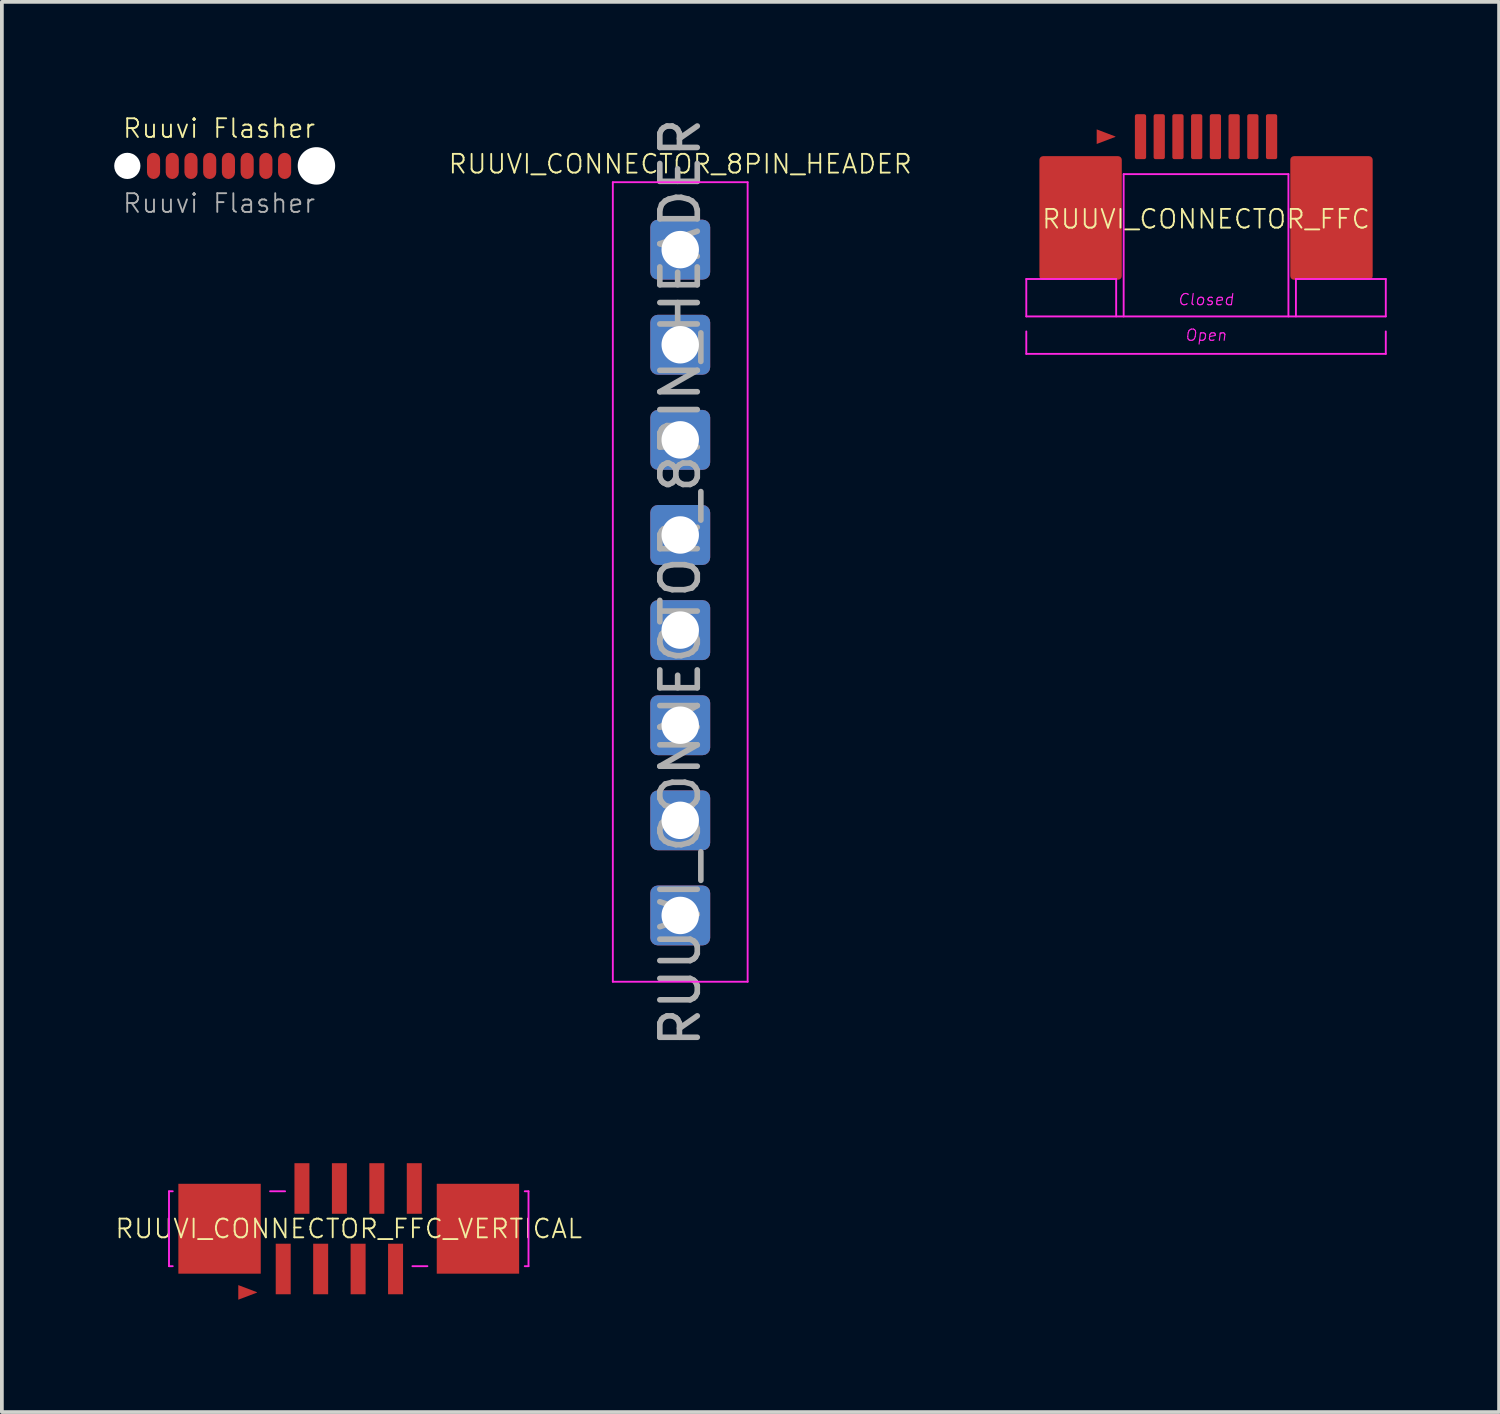
<source format=kicad_pcb>
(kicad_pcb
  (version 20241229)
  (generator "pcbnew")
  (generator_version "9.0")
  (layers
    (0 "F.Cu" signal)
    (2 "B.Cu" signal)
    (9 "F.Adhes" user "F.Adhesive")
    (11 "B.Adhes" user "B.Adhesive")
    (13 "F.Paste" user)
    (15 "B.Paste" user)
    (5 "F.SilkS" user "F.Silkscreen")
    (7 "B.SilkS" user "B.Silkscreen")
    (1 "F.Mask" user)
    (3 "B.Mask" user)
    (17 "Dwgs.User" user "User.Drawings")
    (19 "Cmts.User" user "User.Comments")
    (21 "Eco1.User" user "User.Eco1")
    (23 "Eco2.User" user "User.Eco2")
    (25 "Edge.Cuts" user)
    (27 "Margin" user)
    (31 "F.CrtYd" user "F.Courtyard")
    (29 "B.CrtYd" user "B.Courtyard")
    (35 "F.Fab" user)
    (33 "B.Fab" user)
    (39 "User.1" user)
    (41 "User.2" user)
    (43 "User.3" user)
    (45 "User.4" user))
  (footprint "RUUVI_CONNECTOR_FFC"
    (layer "F.Cu")
    (at 29.156 2.8)
    (property "Reference" "RUUVI_CONNECTOR_FFC" (at 0 0 0) (layer "F.SilkS") (effects (font (size 0.5 0.5) (thickness 0.05))))
    (attr through_hole)
    (fp_line (start -4.8 1.6) (end -4.8 2.6) (stroke (width 0.05) (type solid)) (layer "F.CrtYd"))
    (fp_line (start -4.8 1.6) (end -2.4 1.6) (stroke (width 0.05) (type solid)) (layer "F.CrtYd"))
    (fp_line (start -4.8 2.6) (end 4.8 2.6) (stroke (width 0.05) (type solid)) (layer "F.CrtYd"))
    (fp_line (start -4.8 3.6) (end -4.8 3) (stroke (width 0.05) (type solid)) (layer "F.CrtYd"))
    (fp_line (start -2.4 1.6) (end -2.4 2.6) (stroke (width 0.05) (type solid)) (layer "F.CrtYd"))
    (fp_line (start -2.2 -1.2) (end 2.2 -1.2) (stroke (width 0.05) (type solid)) (layer "F.CrtYd"))
    (fp_line (start -2.2 2.6) (end -2.2 -1.2) (stroke (width 0.05) (type solid)) (layer "F.CrtYd"))
    (fp_line (start 2.2 -1.2) (end 2.2 2.6) (stroke (width 0.05) (type solid)) (layer "F.CrtYd"))
    (fp_line (start 2.4 1.6) (end 2.4 2.6) (stroke (width 0.05) (type solid)) (layer "F.CrtYd"))
    (fp_line (start 2.4 1.6) (end 4.8 1.6) (stroke (width 0.05) (type solid)) (layer "F.CrtYd"))
    (fp_line (start 4.8 2.6) (end 4.8 1.6) (stroke (width 0.05) (type solid)) (layer "F.CrtYd"))
    (fp_line (start 4.8 3.6) (end -4.8 3.6) (stroke (width 0.05) (type solid)) (layer "F.CrtYd"))
    (fp_line (start 4.8 3.6) (end 4.8 3) (stroke (width 0.05) (type solid)) (layer "F.CrtYd"))
    (fp_text user "Closed" (at 0 2.15 0) (layer "F.CrtYd") (effects (font (size 0.3 0.3) (thickness 0.03) (italic yes))))
    (fp_text user "Open" (at 0 3.1 0) (layer "F.CrtYd") (effects (font (size 0.3 0.3) (thickness 0.03) (italic yes))))
    (pad "1" smd roundrect (at -1.75 -2.2) (size 0.3 1.2) (layers "F.Cu" "F.Mask" "F.Paste") (roundrect_rratio 0.167))
    (pad "2" smd roundrect (at -1.25 -2.2) (size 0.3 1.2) (layers "F.Cu" "F.Mask" "F.Paste") (roundrect_rratio 0.167))
    (pad "3" smd roundrect (at -0.75 -2.2) (size 0.3 1.2) (layers "F.Cu" "F.Mask" "F.Paste") (roundrect_rratio 0.167))
    (pad "4" smd roundrect (at -0.25 -2.2) (size 0.3 1.2) (layers "F.Cu" "F.Mask" "F.Paste") (roundrect_rratio 0.167))
    (pad "5" smd roundrect (at 0.25 -2.2) (size 0.3 1.2) (layers "F.Cu" "F.Mask" "F.Paste") (roundrect_rratio 0.167))
    (pad "6" smd roundrect (at 0.75 -2.2) (size 0.3 1.2) (layers "F.Cu" "F.Mask" "F.Paste") (roundrect_rratio 0.167))
    (pad "7" smd roundrect (at 1.25 -2.2) (size 0.3 1.2) (layers "F.Cu" "F.Mask" "F.Paste") (roundrect_rratio 0.167))
    (pad "8" smd roundrect (at 1.75 -2.2) (size 0.3 1.2) (layers "F.Cu" "F.Mask" "F.Paste") (roundrect_rratio 0.167))
    (pad "~" smd roundrect (at -3.35 -0.03) (size 2.2 3.3) (layers "F.Cu" "F.Mask" "F.Paste") (roundrect_rratio 0.045))
    (pad "~" smd trapezoid (at -2.67 -2.2) (size 0.5 0.2) (rect_delta 0.19 0) (layers "F.Cu" "F.Mask"))
    (pad "~" smd roundrect (at 3.35 -0.03) (size 2.2 3.3) (layers "F.Cu" "F.Mask" "F.Paste") (roundrect_rratio 0.045)))
  (footprint "RUUVI_CONNECTOR_FFC_VERTICAL"
    (layer "F.Cu")
    (at 6.263 29.762)
    (property "Reference" "RUUVI_CONNECTOR_FFC_VERTICAL" (at 0 0 0) (layer "F.SilkS") (effects (font (size 0.5 0.5) (thickness 0.05))))
    (attr through_hole)
    (fp_line (start -4.8 -1) (end -4.8 1) (stroke (width 0.05) (type solid)) (layer "F.CrtYd"))
    (fp_line (start -4.8 -1) (end -4.7 -1) (stroke (width 0.05) (type solid)) (layer "F.CrtYd"))
    (fp_line (start -4.8 1) (end -4.7 1) (stroke (width 0.05) (type solid)) (layer "F.CrtYd"))
    (fp_line (start -2.1 -1) (end -1.7 -1) (stroke (width 0.05) (type solid)) (layer "F.CrtYd"))
    (fp_line (start 2.1 1) (end 1.7 1) (stroke (width 0.05) (type solid)) (layer "F.CrtYd"))
    (fp_line (start 4.8 -1) (end 4.7 -1) (stroke (width 0.05) (type solid)) (layer "F.CrtYd"))
    (fp_line (start 4.8 -1) (end 4.8 1) (stroke (width 0.05) (type solid)) (layer "F.CrtYd"))
    (fp_line (start 4.8 1) (end 4.7 1) (stroke (width 0.05) (type solid)) (layer "F.CrtYd"))
    (pad "1" smd rect (at -1.75 1.075) (size 0.4 1.35) (layers "F.Cu" "F.Mask" "F.Paste"))
    (pad "2" smd rect (at -1.25 -1.075) (size 0.4 1.35) (layers "F.Cu" "F.Mask" "F.Paste"))
    (pad "3" smd rect (at -0.75 1.075) (size 0.4 1.35) (layers "F.Cu" "F.Mask" "F.Paste"))
    (pad "4" smd rect (at -0.25 -1.075) (size 0.4 1.35) (layers "F.Cu" "F.Mask" "F.Paste"))
    (pad "5" smd rect (at 0.25 1.075) (size 0.4 1.35) (layers "F.Cu" "F.Mask" "F.Paste"))
    (pad "6" smd rect (at 0.75 -1.075) (size 0.4 1.35) (layers "F.Cu" "F.Mask" "F.Paste"))
    (pad "7" smd rect (at 1.25 1.075) (size 0.4 1.35) (layers "F.Cu" "F.Mask" "F.Paste"))
    (pad "8" smd rect (at 1.75 -1.075) (size 0.4 1.35) (layers "F.Cu" "F.Mask" "F.Paste"))
    (pad "~" smd rect (at -3.45 0) (size 2.2 2.4) (layers "F.Cu" "F.Mask" "F.Paste"))
    (pad "~" smd trapezoid (at -2.7 1.7) (size 0.5 0.2) (rect_delta 0.19 0) (layers "F.Cu" "F.Mask"))
    (pad "~" smd rect (at 3.45 0) (size 2.2 2.4) (layers "F.Cu" "F.Mask" "F.Paste")))
  (footprint "RUUVI_CONNECTOR_8PIN_HEADER"
    (layer "F.Cu")
    (at 15.115 3.616)
    (property "Reference" "RUUVI_CONNECTOR_8PIN_HEADER" (at 0 -2.286 0) (layer "F.SilkS") (effects (font (size 0.5 0.5) (thickness 0.05))))
    (attr through_hole)
    (fp_line (start -1.8 -1.8) (end -1.8 19.55) (stroke (width 0.05) (type solid)) (layer "F.CrtYd"))
    (fp_line (start -1.8 19.55) (end 1.8 19.55) (stroke (width 0.05) (type solid)) (layer "F.CrtYd"))
    (fp_line (start 1.8 -1.8) (end -1.8 -1.8) (stroke (width 0.05) (type solid)) (layer "F.CrtYd"))
    (fp_line (start 1.8 19.55) (end 1.8 -1.8) (stroke (width 0.05) (type solid)) (layer "F.CrtYd"))
    (fp_text user "${REFERENCE}" (at 0 8.89 90) (layer "F.Fab") (effects (font (size 1 1) (thickness 0.15))))
    (pad "1" thru_hole roundrect (at 0 0) (size 1.6 1.6) (drill 1) (layers "*.Cu" "*.Mask") (roundrect_rratio 0.125))
    (pad "2" thru_hole roundrect (at 0 2.54) (size 1.6 1.6) (drill 1) (layers "*.Cu" "*.Mask") (roundrect_rratio 0.125))
    (pad "3" thru_hole roundrect (at 0 5.08) (size 1.6 1.6) (drill 1) (layers "*.Cu" "*.Mask") (roundrect_rratio 0.125))
    (pad "4" thru_hole roundrect (at 0 7.62) (size 1.6 1.6) (drill 1) (layers "*.Cu" "*.Mask") (roundrect_rratio 0.125))
    (pad "5" thru_hole roundrect (at 0 10.16) (size 1.6 1.6) (drill 1) (layers "*.Cu" "*.Mask") (roundrect_rratio 0.125))
    (pad "6" thru_hole roundrect (at 0 12.7) (size 1.6 1.6) (drill 1) (layers "*.Cu" "*.Mask") (roundrect_rratio 0.125))
    (pad "7" thru_hole roundrect (at 0 15.24) (size 1.6 1.6) (drill 1) (layers "*.Cu" "*.Mask") (roundrect_rratio 0.125))
    (pad "8" thru_hole roundrect (at 0 17.78) (size 1.6 1.6) (drill 1) (layers "*.Cu" "*.Mask") (roundrect_rratio 0.125)))
  (footprint "Ruuvi Flasher"
    (layer "F.Cu")
    (at 2.8 1.38)
    (property "Reference" "Ruuvi Flasher" (at 0 -1 0) (unlocked yes) (layer "F.SilkS") (effects (font (size 0.5 0.5) (thickness 0.05))))
    (attr through_hole)
    (fp_text user "${REFERENCE}" (at 0 1 0) (unlocked yes) (layer "F.Fab") (effects (font (size 0.5 0.5) (thickness 0.05))))
    (pad "" np_thru_hole circle (at -2.45 0) (size 0.7 0.7) (drill 0.7) (layers "*.Cu" "*.Mask"))
    (pad "" smd roundrect (at 0 0) (size 3.85 0.7) (layers "F.Mask") (roundrect_rratio 0.25))
    (pad "" np_thru_hole circle (at 2.6 0) (size 1 1) (drill 1) (layers "*.Cu" "*.Mask"))
    (pad "1" smd roundrect (at -1.75 0) (size 0.35 0.7) (layers "F.Cu" "F.Mask") (roundrect_rratio 0.5))
    (pad "2" smd roundrect (at -1.25 0) (size 0.35 0.7) (layers "F.Cu" "F.Mask") (roundrect_rratio 0.5))
    (pad "3" smd roundrect (at -0.75 0) (size 0.35 0.7) (layers "F.Cu" "F.Mask") (roundrect_rratio 0.5))
    (pad "4" smd roundrect (at -0.25 0) (size 0.35 0.7) (layers "F.Cu" "F.Mask") (roundrect_rratio 0.5))
    (pad "5" smd roundrect (at 0.25 0) (size 0.35 0.7) (layers "F.Cu" "F.Mask") (roundrect_rratio 0.5))
    (pad "6" smd roundrect (at 0.75 0) (size 0.35 0.7) (layers "F.Cu" "F.Mask") (roundrect_rratio 0.5))
    (pad "7" smd roundrect (at 1.25 0) (size 0.35 0.7) (layers "F.Cu" "F.Mask") (roundrect_rratio 0.5))
    (pad "8" smd roundrect (at 1.75 0) (size 0.35 0.7) (layers "F.Cu" "F.Mask") (roundrect_rratio 0.5)))
  (gr_rect
    (start -3 -3)
    (end 36.981 34.657)
    (stroke (width 0.1) (type default))
    (fill no)
    (layer "Edge.Cuts")))
</source>
